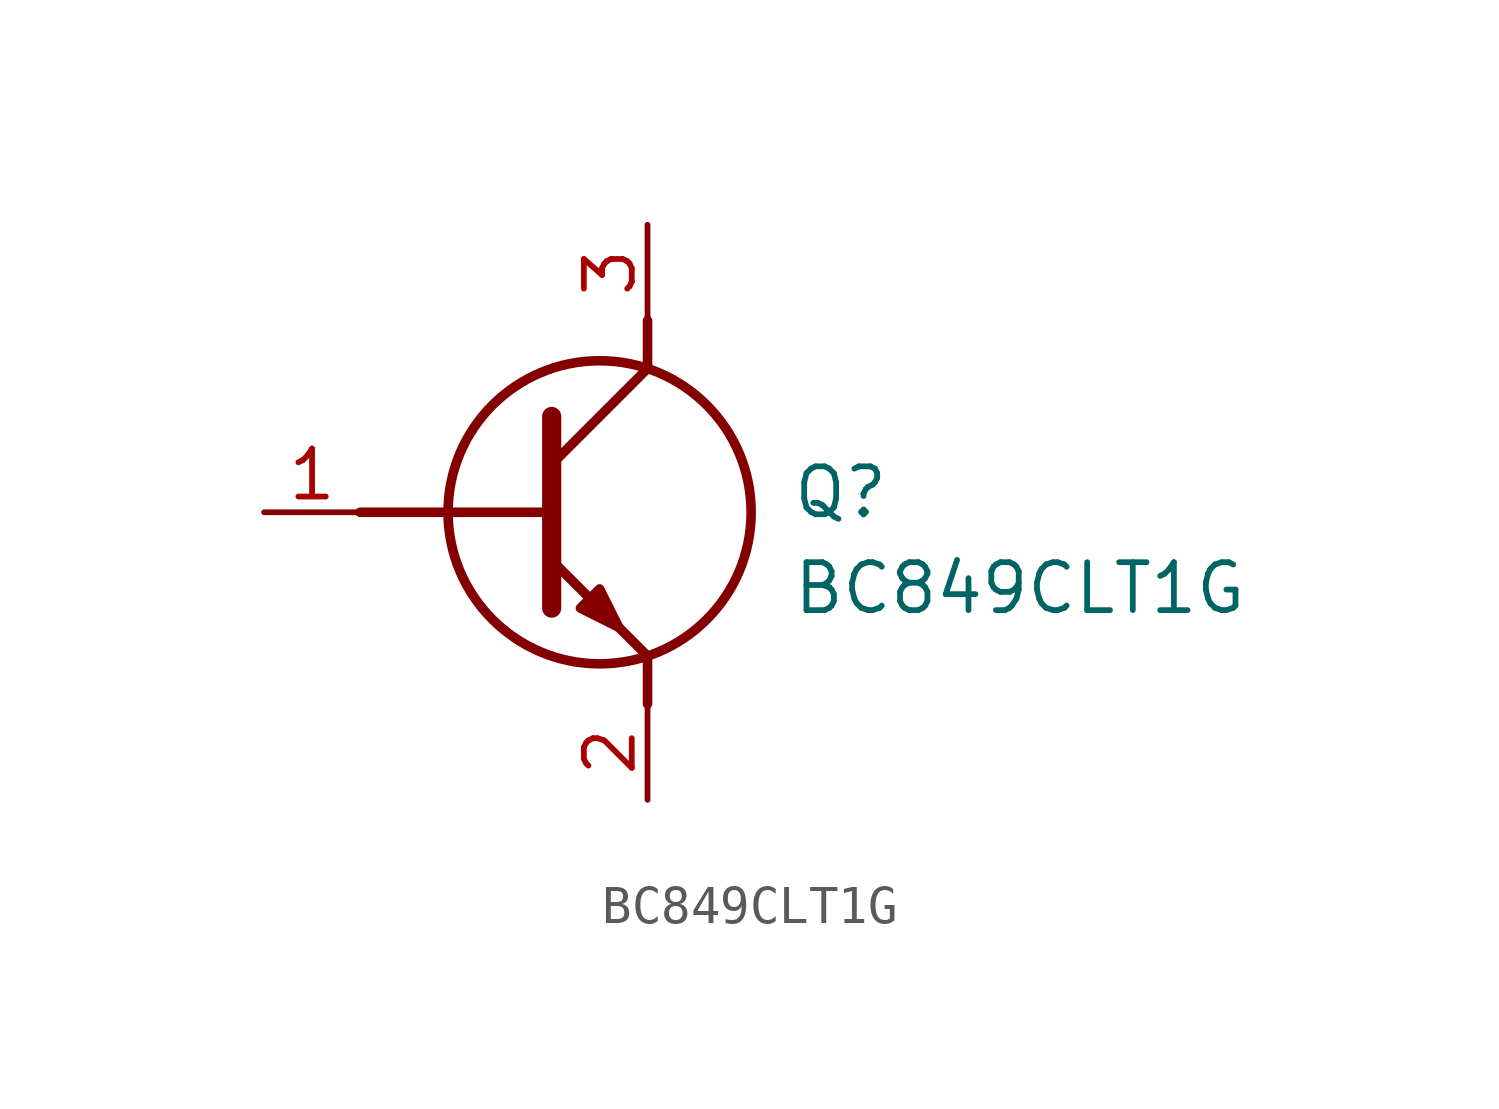
<source format=kicad_sym>
(kicad_symbol_lib
  (version 20211014)
  (generator SamacSys_ECAD_Model)
  (symbol "BC849CLT1G"
    (pin_names hide)
    (property "Reference" "Q"
      (at 13.97 1.27 0)
      (effects (font (size 1.27 1.27)) (justify left top)))
    (property "Value" "BC849CLT1G"
      (at 13.97 -1.27 0)
      (effects (font (size 1.27 1.27)) (justify left top)))
    (polyline
      (pts (xy 7.62 2.54) (xy 7.62 -2.54))
      (stroke (width 0.508) (type default))
      (fill (type none)))
    (polyline
      (pts (xy 7.62 1.27) (xy 10.16 3.81))
      (stroke (width 0.254) (type default))
      (fill (type none)))
    (polyline
      (pts (xy 7.62 -1.27) (xy 10.16 -3.81))
      (stroke (width 0.254) (type default))
      (fill (type none)))
    (polyline
      (pts (xy 10.16 -3.81) (xy 10.16 -5.08))
      (stroke (width 0.254) (type default))
      (fill (type none)))
    (polyline
      (pts (xy 10.16 3.81) (xy 10.16 5.08))
      (stroke (width 0.254) (type default))
      (fill (type none)))
    (polyline
      (pts (xy 2.54 0) (xy 7.62 0))
      (stroke (width 0.254) (type default))
      (fill (type none)))
    (circle
      (center 8.89 0)
      (radius 4.016)
      (stroke (width 0.254) (type default))
      (fill (type none)))
    (polyline
      (pts (xy 8.382 -2.54) (xy 8.89 -2.032) (xy 9.398 -3.048) (xy 8.382 -2.54))
      (stroke (width 0.254) (type default))
      (fill (type outline)))
    (pin passive line
      (at 0 0 0)
      (length 2.54)
      (name "B" (effects (font (size 1.27 1.27))))
      (number "1" (effects (font (size 1.27 1.27)))))
    (pin passive line
      (at 10.16 -7.62 90)
      (length 2.54)
      (name "E" (effects (font (size 1.27 1.27))))
      (number "2" (effects (font (size 1.27 1.27)))))
    (pin passive line
      (at 10.16 7.62 270)
      (length 2.54)
      (name "C" (effects (font (size 1.27 1.27))))
      (number "3" (effects (font (size 1.27 1.27)))))))
</source>
